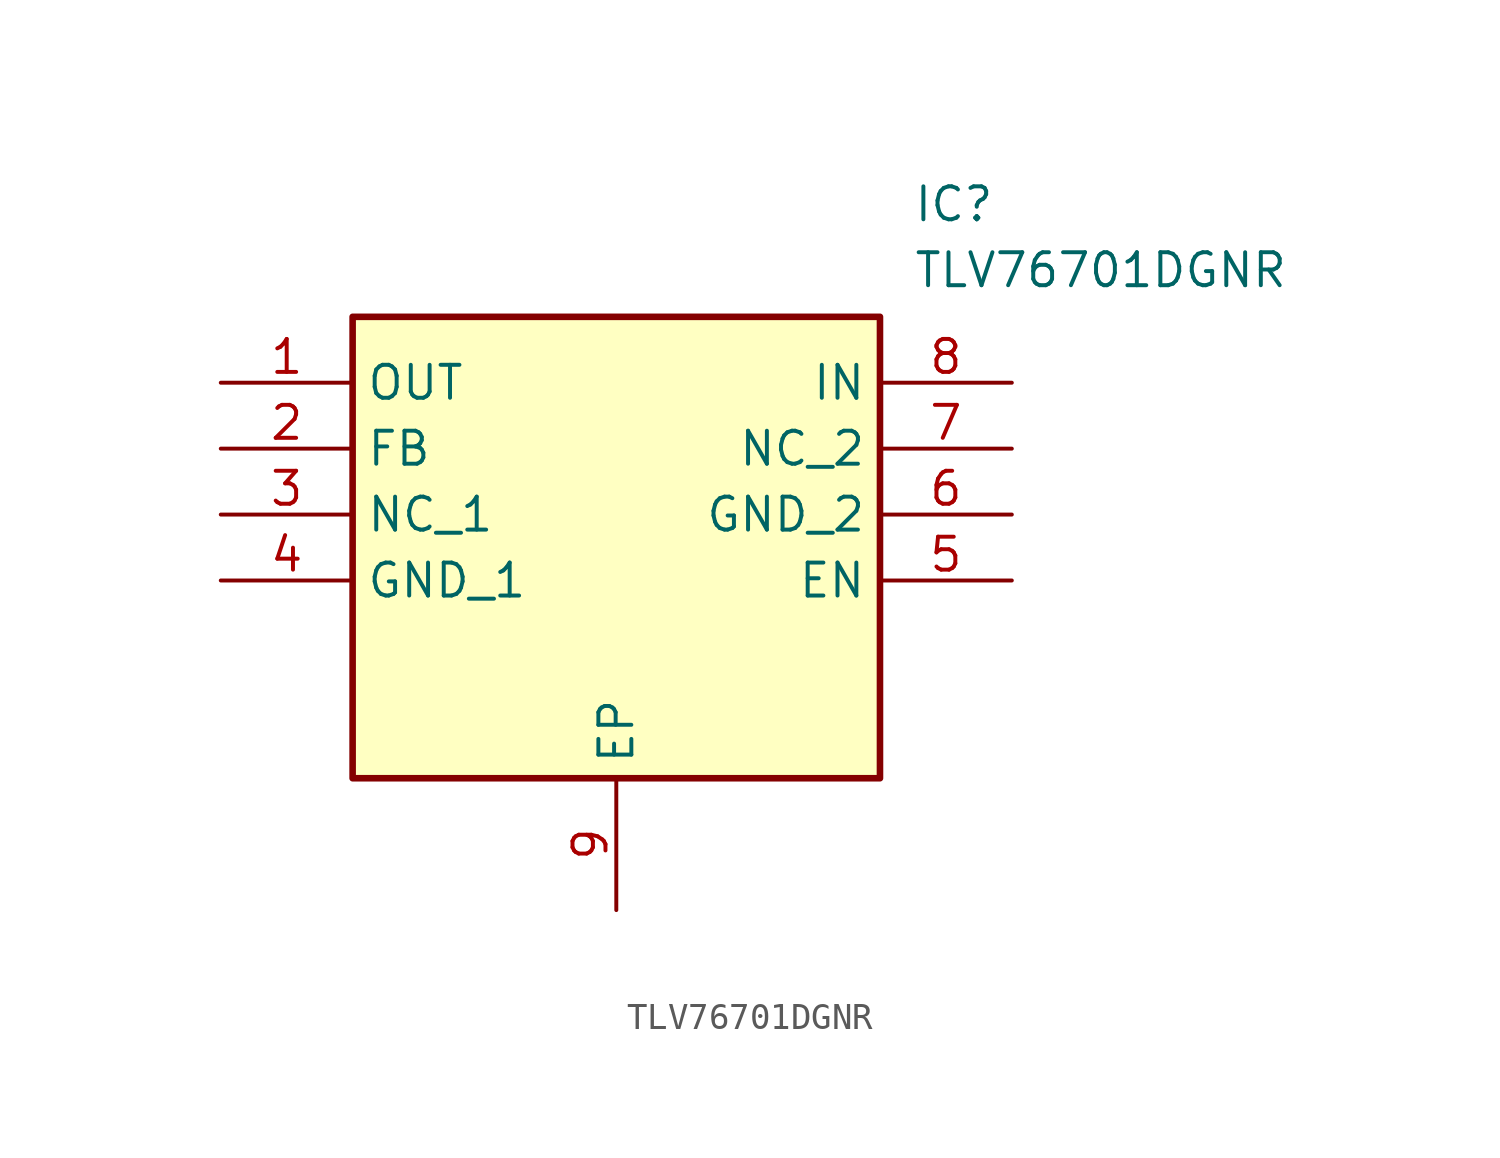
<source format=kicad_sym>
(kicad_symbol_lib
  (version 20211014)
  (generator SamacSys_ECAD_Model)
  (symbol "TLV76701DGNR"
    (property "Reference" "IC"
      (at 26.67 7.62 0)
      (effects (font (size 1.27 1.27)) (justify left top)))
    (property "Value" "TLV76701DGNR"
      (at 26.67 5.08 0)
      (effects (font (size 1.27 1.27)) (justify left top)))
    (rectangle
      (start 5.08 2.54)
      (end 25.4 -15.24)
      (stroke (width 0.254) (type default))
      (fill (type background)))
    (pin passive line
      (at 0 0 0)
      (length 5.08)
      (name "OUT" (effects (font (size 1.27 1.27))))
      (number "1" (effects (font (size 1.27 1.27)))))
    (pin passive line
      (at 0 -2.54 0)
      (length 5.08)
      (name "FB" (effects (font (size 1.27 1.27))))
      (number "2" (effects (font (size 1.27 1.27)))))
    (pin passive line
      (at 0 -5.08 0)
      (length 5.08)
      (name "NC_1" (effects (font (size 1.27 1.27))))
      (number "3" (effects (font (size 1.27 1.27)))))
    (pin passive line
      (at 0 -7.62 0)
      (length 5.08)
      (name "GND_1" (effects (font (size 1.27 1.27))))
      (number "4" (effects (font (size 1.27 1.27)))))
    (pin passive line
      (at 15.24 -20.32 90)
      (length 5.08)
      (name "EP" (effects (font (size 1.27 1.27))))
      (number "9" (effects (font (size 1.27 1.27)))))
    (pin passive line
      (at 30.48 0 180)
      (length 5.08)
      (name "IN" (effects (font (size 1.27 1.27))))
      (number "8" (effects (font (size 1.27 1.27)))))
    (pin passive line
      (at 30.48 -2.54 180)
      (length 5.08)
      (name "NC_2" (effects (font (size 1.27 1.27))))
      (number "7" (effects (font (size 1.27 1.27)))))
    (pin passive line
      (at 30.48 -5.08 180)
      (length 5.08)
      (name "GND_2" (effects (font (size 1.27 1.27))))
      (number "6" (effects (font (size 1.27 1.27)))))
    (pin passive line
      (at 30.48 -7.62 180)
      (length 5.08)
      (name "EN" (effects (font (size 1.27 1.27))))
      (number "5" (effects (font (size 1.27 1.27)))))))
</source>
